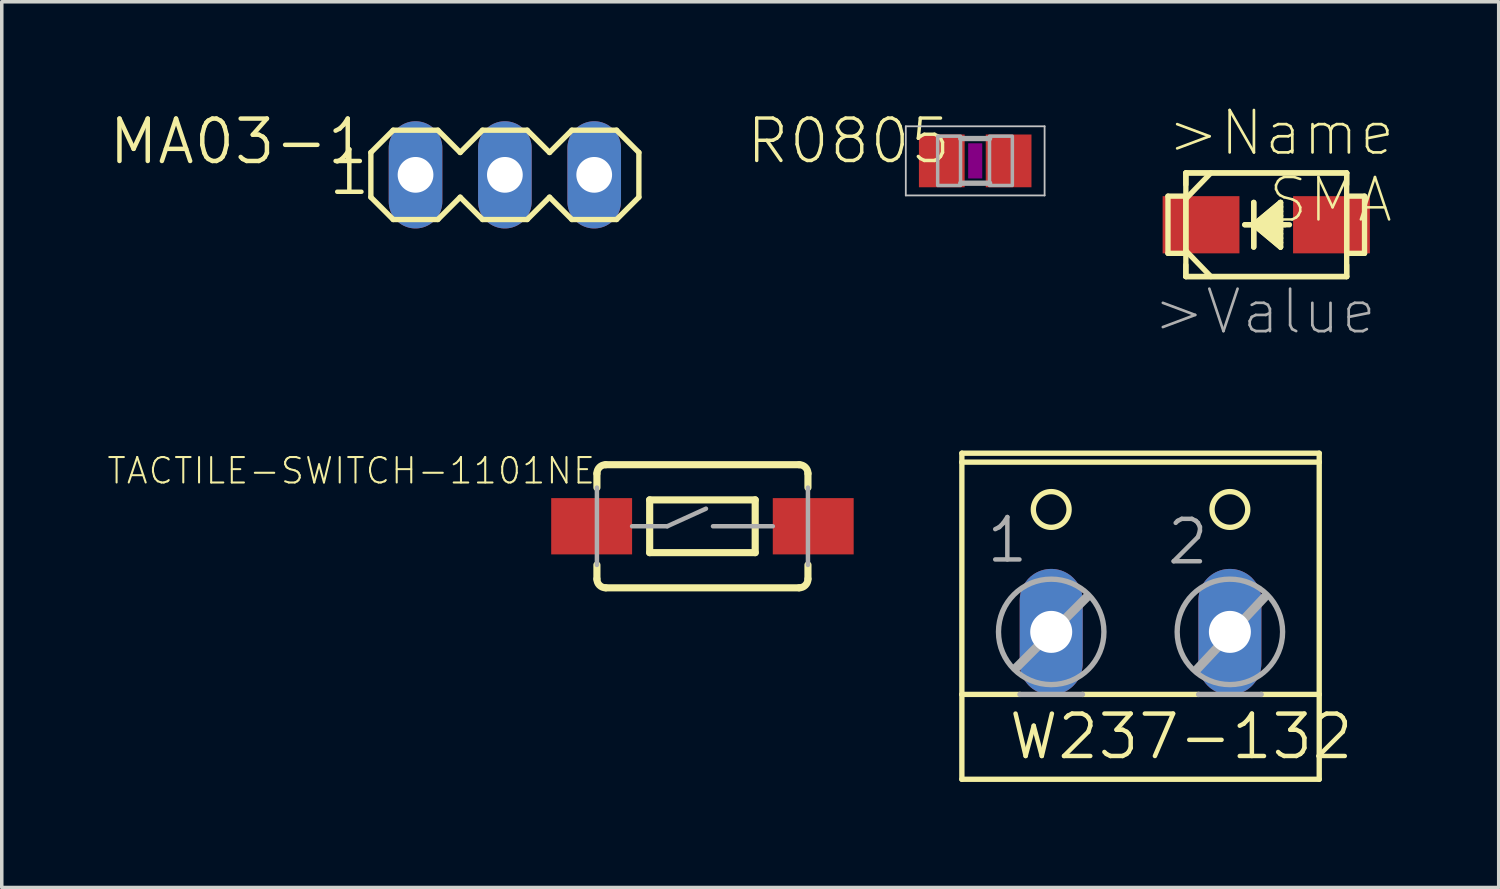
<source format=kicad_pcb>
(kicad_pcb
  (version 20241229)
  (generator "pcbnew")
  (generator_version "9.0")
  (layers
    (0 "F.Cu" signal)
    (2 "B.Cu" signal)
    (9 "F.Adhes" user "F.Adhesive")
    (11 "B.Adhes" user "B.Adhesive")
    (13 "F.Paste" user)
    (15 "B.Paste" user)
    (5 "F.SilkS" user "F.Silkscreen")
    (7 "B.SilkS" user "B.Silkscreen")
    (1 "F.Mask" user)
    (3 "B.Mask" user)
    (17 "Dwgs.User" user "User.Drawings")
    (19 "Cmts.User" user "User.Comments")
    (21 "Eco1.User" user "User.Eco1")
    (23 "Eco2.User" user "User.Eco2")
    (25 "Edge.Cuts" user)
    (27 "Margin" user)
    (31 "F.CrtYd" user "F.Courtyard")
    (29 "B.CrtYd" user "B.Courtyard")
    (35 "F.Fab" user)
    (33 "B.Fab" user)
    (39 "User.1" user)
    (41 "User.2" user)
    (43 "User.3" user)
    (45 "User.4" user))
  (footprint "R0805"
    (layer "F.Cu")
    (at 24.676 1.524)
    (property "Reference" "R0805" (at -0.635 -1.27 0) (layer "F.SilkS") (effects (font (size 1.206 1.206) (thickness 0.097)) (justify right top)))
    (attr through_hole)
    (fp_poly (pts (xy -0.2 0.5) (xy 0.2 0.5) (xy 0.2 -0.5) (xy -0.2 -0.5)) (stroke (width 0) (type solid)) (fill yes) (layer "F.Adhes"))
    (fp_line (start -1.973 -0.983) (end 1.973 -0.983) (stroke (width 0.051) (type solid)) (layer "Dwgs.User"))
    (fp_line (start -1.973 0.983) (end -1.973 -0.983) (stroke (width 0.051) (type solid)) (layer "Dwgs.User"))
    (fp_line (start 1.973 -0.983) (end 1.973 0.983) (stroke (width 0.051) (type solid)) (layer "Dwgs.User"))
    (fp_line (start 1.973 0.983) (end -1.973 0.983) (stroke (width 0.051) (type solid)) (layer "Dwgs.User"))
    (fp_line (start -0.41 -0.635) (end 0.41 -0.635) (stroke (width 0.152) (type solid)) (layer "F.Fab"))
    (fp_line (start -0.41 0.635) (end 0.41 0.635) (stroke (width 0.152) (type solid)) (layer "F.Fab"))
    (fp_poly (pts (xy -1.067 0.699) (xy -0.417 0.699) (xy -0.417 -0.702) (xy -1.067 -0.702)) (stroke (width 0.1) (type solid)) (fill no) (layer "F.Fab"))
    (fp_poly (pts (xy 0.406 0.699) (xy 1.056 0.699) (xy 1.056 -0.702) (xy 0.406 -0.702)) (stroke (width 0.1) (type solid)) (fill no) (layer "F.Fab"))
    (pad "1" smd rect (at -0.95 0) (size 1.3 1.5) (layers "F.Cu" "F.Mask" "F.Paste"))
    (pad "2" smd rect (at 0.95 0) (size 1.3 1.5) (layers "F.Cu" "F.Mask" "F.Paste")))
  (footprint "W237-132"
    (layer "F.Cu")
    (at 29.377 14.28)
    (property "Reference" "W237-132" (at -3.81 4.318 0) (layer "F.SilkS") (effects (font (size 1.206 1.206) (thickness 0.127)) (justify left bottom)))
    (attr through_hole)
    (fp_line (start -5.08 -4.445) (end 5.08 -4.445) (stroke (width 0.152) (type solid)) (layer "F.SilkS"))
    (fp_line (start -5.08 -4.191) (end -5.08 -4.445) (stroke (width 0.152) (type solid)) (layer "F.SilkS"))
    (fp_line (start -5.08 -4.191) (end -5.08 2.413) (stroke (width 0.152) (type solid)) (layer "F.SilkS"))
    (fp_line (start -5.08 -4.191) (end 5.08 -4.191) (stroke (width 0.152) (type solid)) (layer "F.SilkS"))
    (fp_line (start -5.08 2.413) (end -5.08 4.826) (stroke (width 0.152) (type solid)) (layer "F.SilkS"))
    (fp_line (start -5.08 2.413) (end -3.429 2.413) (stroke (width 0.152) (type solid)) (layer "F.SilkS"))
    (fp_line (start -1.651 2.413) (end 1.651 2.413) (stroke (width 0.152) (type solid)) (layer "F.SilkS"))
    (fp_line (start 3.429 2.413) (end 5.08 2.413) (stroke (width 0.152) (type solid)) (layer "F.SilkS"))
    (fp_line (start 5.08 -4.191) (end 5.08 -4.445) (stroke (width 0.152) (type solid)) (layer "F.SilkS"))
    (fp_line (start 5.08 2.413) (end 5.08 -4.191) (stroke (width 0.152) (type solid)) (layer "F.SilkS"))
    (fp_line (start 5.08 4.826) (end -5.08 4.826) (stroke (width 0.152) (type solid)) (layer "F.SilkS"))
    (fp_line (start 5.08 4.826) (end 5.08 2.413) (stroke (width 0.152) (type solid)) (layer "F.SilkS"))
    (fp_circle (center -2.54 -2.845) (end -2.032 -2.845) (stroke (width 0.152) (type solid)) (fill no) (layer "F.SilkS"))
    (fp_circle (center 2.54 -2.845) (end 3.048 -2.845) (stroke (width 0.152) (type solid)) (fill no) (layer "F.SilkS"))
    (fp_line (start -3.531 1.651) (end -1.524 -0.356) (stroke (width 0.254) (type solid)) (layer "F.Fab"))
    (fp_line (start -3.429 2.413) (end -1.651 2.413) (stroke (width 0.152) (type solid)) (layer "F.Fab"))
    (fp_line (start 1.626 1.676) (end 3.531 -0.356) (stroke (width 0.254) (type solid)) (layer "F.Fab"))
    (fp_line (start 1.651 2.413) (end 3.429 2.413) (stroke (width 0.152) (type solid)) (layer "F.Fab"))
    (fp_circle (center -2.54 0.635) (end -1.041 0.635) (stroke (width 0.152) (type solid)) (fill no) (layer "F.Fab"))
    (fp_circle (center 2.54 0.635) (end 4.039 0.635) (stroke (width 0.152) (type solid)) (fill no) (layer "F.Fab"))
    (fp_text user "2" (at 0.686 -1.219 0) (layer "F.Fab") (effects (font (size 1.206 1.206) (thickness 0.127)) (justify left bottom)))
    (fp_text user "1" (at -4.445 -1.27 0) (layer "F.Fab") (effects (font (size 1.206 1.206) (thickness 0.127)) (justify left bottom)))
    (pad "1" thru_hole oval (at -2.54 0.635 90) (size 3.581 1.791) (drill 1.194) (layers "*.Cu" "*.Mask"))
    (pad "2" thru_hole oval (at 2.54 0.635 90) (size 3.581 1.791) (drill 1.194) (layers "*.Cu" "*.Mask")))
  (footprint "TACTILE-SWITCH-1101NE"
    (layer "F.Cu")
    (at 16.921 11.912)
    (property "Reference" "TACTILE-SWITCH-1101NE" (at -3 -2 180) (layer "F.SilkS") (effects (font (size 0.724 0.724) (thickness 0.058)) (justify right top)))
    (attr through_hole)
    (fp_line (start -3 -1.1) (end -3 -1.5) (stroke (width 0.203) (type solid)) (layer "F.SilkS"))
    (fp_line (start -3 1.5) (end -3 1.1) (stroke (width 0.203) (type solid)) (layer "F.SilkS"))
    (fp_line (start -2.75 -1.75) (end 2.75 -1.75) (stroke (width 0.203) (type solid)) (layer "F.SilkS"))
    (fp_line (start -1.5 -0.75) (end 1.5 -0.75) (stroke (width 0.203) (type solid)) (layer "F.SilkS"))
    (fp_line (start -1.5 0.75) (end -1.5 -0.75) (stroke (width 0.203) (type solid)) (layer "F.SilkS"))
    (fp_line (start 1.5 0.75) (end -1.5 0.75) (stroke (width 0.203) (type solid)) (layer "F.SilkS"))
    (fp_line (start 1.5 0.75) (end 1.5 -0.75) (stroke (width 0.203) (type solid)) (layer "F.SilkS"))
    (fp_line (start 2.75 1.75) (end -2.75 1.75) (stroke (width 0.203) (type solid)) (layer "F.SilkS"))
    (fp_line (start 3 -1.1) (end 3 -1.5) (stroke (width 0.203) (type solid)) (layer "F.SilkS"))
    (fp_line (start 3 1.5) (end 3 1.1) (stroke (width 0.203) (type solid)) (layer "F.SilkS"))
    (fp_arc (start -3 -1.5) (mid -2.926777 -1.676777) (end -2.75 -1.75) (stroke (width 0.2032) (type solid)) (layer "F.SilkS"))
    (fp_arc (start -2.75 1.75) (mid -2.926777 1.676777) (end -3 1.5) (stroke (width 0.2032) (type solid)) (layer "F.SilkS"))
    (fp_arc (start 2.75 -1.75) (mid 2.926777 -1.676777) (end 3 -1.5) (stroke (width 0.2032) (type solid)) (layer "F.SilkS"))
    (fp_arc (start 3 1.5) (mid 2.926777 1.676777) (end 2.75 1.75) (stroke (width 0.2032) (type solid)) (layer "F.SilkS"))
    (fp_line (start -3 -1.1) (end -3 1.1) (stroke (width 0.127) (type solid)) (layer "F.Fab"))
    (fp_line (start -2 0) (end -1 0) (stroke (width 0.127) (type solid)) (layer "F.Fab"))
    (fp_line (start -1 0) (end 0.1 -0.5) (stroke (width 0.127) (type solid)) (layer "F.Fab"))
    (fp_line (start 0.3 0) (end 2 0) (stroke (width 0.127) (type solid)) (layer "F.Fab"))
    (fp_line (start 3 -1.1) (end 3 1.1) (stroke (width 0.127) (type solid)) (layer "F.Fab"))
    (pad "1" smd rect (at -3.15 0 180) (size 2.3 1.6) (layers "F.Cu" "F.Mask" "F.Paste"))
    (pad "2" smd rect (at 3.15 0 180) (size 2.3 1.6) (layers "F.Cu" "F.Mask" "F.Paste")))
  (footprint "MA03-1"
    (layer "F.Cu")
    (at 11.304 1.921)
    (property "Reference" "MA03-1" (at -3.81 -1.651 0) (layer "F.SilkS") (effects (font (size 1.206 1.206) (thickness 0.127)) (justify right top)))
    (attr through_hole)
    (fp_line (start -3.81 -0.635) (end -3.81 0.635) (stroke (width 0.152) (type solid)) (layer "F.SilkS"))
    (fp_line (start -3.81 0.635) (end -3.175 1.27) (stroke (width 0.152) (type solid)) (layer "F.SilkS"))
    (fp_line (start -3.175 -1.27) (end -3.81 -0.635) (stroke (width 0.152) (type solid)) (layer "F.SilkS"))
    (fp_line (start -3.175 -1.27) (end -1.905 -1.27) (stroke (width 0.152) (type solid)) (layer "F.SilkS"))
    (fp_line (start -1.905 -1.27) (end -1.27 -0.635) (stroke (width 0.152) (type solid)) (layer "F.SilkS"))
    (fp_line (start -1.905 1.27) (end -3.175 1.27) (stroke (width 0.152) (type solid)) (layer "F.SilkS"))
    (fp_line (start -1.27 -0.635) (end -0.635 -1.27) (stroke (width 0.152) (type solid)) (layer "F.SilkS"))
    (fp_line (start -1.27 0.635) (end -1.905 1.27) (stroke (width 0.152) (type solid)) (layer "F.SilkS"))
    (fp_line (start -0.635 -1.27) (end 0.635 -1.27) (stroke (width 0.152) (type solid)) (layer "F.SilkS"))
    (fp_line (start -0.635 1.27) (end -1.27 0.635) (stroke (width 0.152) (type solid)) (layer "F.SilkS"))
    (fp_line (start 0.635 -1.27) (end 1.27 -0.635) (stroke (width 0.152) (type solid)) (layer "F.SilkS"))
    (fp_line (start 0.635 1.27) (end -0.635 1.27) (stroke (width 0.152) (type solid)) (layer "F.SilkS"))
    (fp_line (start 1.27 -0.635) (end 1.905 -1.27) (stroke (width 0.152) (type solid)) (layer "F.SilkS"))
    (fp_line (start 1.27 0.635) (end 0.635 1.27) (stroke (width 0.152) (type solid)) (layer "F.SilkS"))
    (fp_line (start 1.905 -1.27) (end 3.175 -1.27) (stroke (width 0.152) (type solid)) (layer "F.SilkS"))
    (fp_line (start 1.905 1.27) (end 1.27 0.635) (stroke (width 0.152) (type solid)) (layer "F.SilkS"))
    (fp_line (start 3.175 -1.27) (end 3.81 -0.635) (stroke (width 0.152) (type solid)) (layer "F.SilkS"))
    (fp_line (start 3.175 1.27) (end 1.905 1.27) (stroke (width 0.152) (type solid)) (layer "F.SilkS"))
    (fp_line (start 3.81 -0.635) (end 3.81 0.635) (stroke (width 0.152) (type solid)) (layer "F.SilkS"))
    (fp_line (start 3.81 0.635) (end 3.175 1.27) (stroke (width 0.152) (type solid)) (layer "F.SilkS"))
    (fp_poly (pts (xy -2.794 0.254) (xy -2.286 0.254) (xy -2.286 -0.254) (xy -2.794 -0.254)) (stroke (width 0.1) (type solid)) (fill no) (layer "F.Fab"))
    (fp_poly (pts (xy -0.254 0.254) (xy 0.254 0.254) (xy 0.254 -0.254) (xy -0.254 -0.254)) (stroke (width 0.1) (type solid)) (fill no) (layer "F.Fab"))
    (fp_poly (pts (xy 2.286 0.254) (xy 2.794 0.254) (xy 2.794 -0.254) (xy 2.286 -0.254)) (stroke (width 0.1) (type solid)) (fill no) (layer "F.Fab"))
    (fp_text user "1" (at -5.08 0.635 0) (layer "F.SilkS") (effects (font (size 1.206 1.206) (thickness 0.127)) (justify left bottom)))
    (pad "1" thru_hole oval (at -2.54 0 90) (size 3.048 1.524) (drill 1.016) (layers "*.Cu" "*.Mask"))
    (pad "2" thru_hole oval (at 0 0 90) (size 3.048 1.524) (drill 1.016) (layers "*.Cu" "*.Mask"))
    (pad "3" thru_hole oval (at 2.54 0 90) (size 3.048 1.524) (drill 1.016) (layers "*.Cu" "*.Mask")))
  (footprint "SMA"
    (layer "F.Cu")
    (at 32.951 3.34)
    (property "Reference" "SMA" (at 0 0 0) (layer "F.SilkS") (effects (font (size 1.206 1.206) (thickness 0.072)) (justify left bottom)))
    (attr through_hole)
    (fp_line (start -2.794 -0.813) (end -2.794 0.813) (stroke (width 0.152) (type solid)) (layer "F.SilkS"))
    (fp_line (start -2.794 0.813) (end -2.286 0.813) (stroke (width 0.152) (type solid)) (layer "F.SilkS"))
    (fp_line (start -2.286 -1.473) (end -2.286 -1.143) (stroke (width 0.152) (type solid)) (layer "F.SilkS"))
    (fp_line (start -2.286 -1.473) (end -2.286 1.473) (stroke (width 0.152) (type solid)) (layer "F.SilkS"))
    (fp_line (start -2.286 -0.813) (end -2.794 -0.813) (stroke (width 0.152) (type solid)) (layer "F.SilkS"))
    (fp_line (start -2.286 -0.737) (end -2.286 -0.813) (stroke (width 0.152) (type solid)) (layer "F.SilkS"))
    (fp_line (start -2.286 -0.737) (end -1.575 -1.473) (stroke (width 0.152) (type solid)) (layer "F.SilkS"))
    (fp_line (start -2.286 0.737) (end -2.286 -0.737) (stroke (width 0.152) (type solid)) (layer "F.SilkS"))
    (fp_line (start -2.286 0.737) (end -1.575 1.473) (stroke (width 0.152) (type solid)) (layer "F.SilkS"))
    (fp_line (start -2.286 0.813) (end -2.286 0.737) (stroke (width 0.152) (type solid)) (layer "F.SilkS"))
    (fp_line (start -2.286 1.143) (end -2.286 1.473) (stroke (width 0.152) (type solid)) (layer "F.SilkS"))
    (fp_line (start -2.286 1.473) (end 2.286 1.473) (stroke (width 0.152) (type solid)) (layer "F.SilkS"))
    (fp_line (start -2.286 1.473) (end 2.286 1.473) (stroke (width 0.152) (type solid)) (layer "F.SilkS"))
    (fp_line (start -0.356 -0.635) (end -0.356 0) (stroke (width 0.152) (type solid)) (layer "F.SilkS"))
    (fp_line (start -0.356 -0.635) (end -0.356 0) (stroke (width 0.152) (type solid)) (layer "F.SilkS"))
    (fp_line (start -0.356 0) (end -0.61 0) (stroke (width 0.152) (type solid)) (layer "F.SilkS"))
    (fp_line (start -0.356 0) (end -0.61 0) (stroke (width 0.152) (type solid)) (layer "F.SilkS"))
    (fp_line (start -0.356 0) (end -0.356 0.635) (stroke (width 0.152) (type solid)) (layer "F.SilkS"))
    (fp_line (start -0.356 0) (end -0.356 0.635) (stroke (width 0.152) (type solid)) (layer "F.SilkS"))
    (fp_line (start -0.356 0) (end 0.406 -0.635) (stroke (width 0.152) (type solid)) (layer "F.SilkS"))
    (fp_line (start -0.356 0) (end 0.406 -0.635) (stroke (width 0.152) (type solid)) (layer "F.SilkS"))
    (fp_line (start -0.356 0) (end 0.406 -0.508) (stroke (width 0.152) (type solid)) (layer "F.SilkS"))
    (fp_line (start -0.356 0) (end 0.406 -0.508) (stroke (width 0.152) (type solid)) (layer "F.SilkS"))
    (fp_line (start -0.356 0) (end 0.406 -0.381) (stroke (width 0.152) (type solid)) (layer "F.SilkS"))
    (fp_line (start -0.356 0) (end 0.406 -0.381) (stroke (width 0.152) (type solid)) (layer "F.SilkS"))
    (fp_line (start -0.356 0) (end 0.406 -0.254) (stroke (width 0.152) (type solid)) (layer "F.SilkS"))
    (fp_line (start -0.356 0) (end 0.406 -0.254) (stroke (width 0.152) (type solid)) (layer "F.SilkS"))
    (fp_line (start -0.356 0) (end 0.406 -0.127) (stroke (width 0.152) (type solid)) (layer "F.SilkS"))
    (fp_line (start -0.356 0) (end 0.406 -0.127) (stroke (width 0.152) (type solid)) (layer "F.SilkS"))
    (fp_line (start -0.356 0) (end 0.406 0.127) (stroke (width 0.152) (type solid)) (layer "F.SilkS"))
    (fp_line (start -0.356 0) (end 0.406 0.127) (stroke (width 0.152) (type solid)) (layer "F.SilkS"))
    (fp_line (start -0.356 0) (end 0.406 0.254) (stroke (width 0.152) (type solid)) (layer "F.SilkS"))
    (fp_line (start -0.356 0) (end 0.406 0.254) (stroke (width 0.152) (type solid)) (layer "F.SilkS"))
    (fp_line (start -0.356 0) (end 0.406 0.381) (stroke (width 0.152) (type solid)) (layer "F.SilkS"))
    (fp_line (start -0.356 0) (end 0.406 0.381) (stroke (width 0.152) (type solid)) (layer "F.SilkS"))
    (fp_line (start -0.356 0) (end 0.406 0.508) (stroke (width 0.152) (type solid)) (layer "F.SilkS"))
    (fp_line (start -0.356 0) (end 0.406 0.508) (stroke (width 0.152) (type solid)) (layer "F.SilkS"))
    (fp_line (start -0.356 0) (end 0.406 0.635) (stroke (width 0.152) (type solid)) (layer "F.SilkS"))
    (fp_line (start -0.356 0) (end 0.406 0.635) (stroke (width 0.152) (type solid)) (layer "F.SilkS"))
    (fp_line (start 0.406 -0.635) (end 0.406 0.635) (stroke (width 0.152) (type solid)) (layer "F.SilkS"))
    (fp_line (start 0.406 -0.635) (end 0.406 0.635) (stroke (width 0.152) (type solid)) (layer "F.SilkS"))
    (fp_line (start 0.533 0) (end -0.356 0) (stroke (width 0.152) (type solid)) (layer "F.SilkS"))
    (fp_line (start 0.66 0) (end -0.356 0) (stroke (width 0.152) (type solid)) (layer "F.SilkS"))
    (fp_line (start 2.286 -1.473) (end -2.286 -1.473) (stroke (width 0.152) (type solid)) (layer "F.SilkS"))
    (fp_line (start 2.286 -1.473) (end -2.286 -1.473) (stroke (width 0.152) (type solid)) (layer "F.SilkS"))
    (fp_line (start 2.286 -1.143) (end 2.286 -1.473) (stroke (width 0.152) (type solid)) (layer "F.SilkS"))
    (fp_line (start 2.286 -0.813) (end 2.286 0.813) (stroke (width 0.152) (type solid)) (layer "F.SilkS"))
    (fp_line (start 2.286 0.813) (end 2.794 0.813) (stroke (width 0.152) (type solid)) (layer "F.SilkS"))
    (fp_line (start 2.286 1.473) (end 2.286 -1.473) (stroke (width 0.152) (type solid)) (layer "F.SilkS"))
    (fp_line (start 2.286 1.473) (end 2.286 1.143) (stroke (width 0.152) (type solid)) (layer "F.SilkS"))
    (fp_line (start 2.794 -0.813) (end 2.286 -0.813) (stroke (width 0.152) (type solid)) (layer "F.SilkS"))
    (fp_line (start 2.794 0.813) (end 2.794 -0.813) (stroke (width 0.152) (type solid)) (layer "F.SilkS"))
    (fp_text user ">Name" (at -2.87 -1.905 0) (layer "F.SilkS") (effects (font (size 1.206 1.206) (thickness 0.076)) (justify left bottom)))
    (fp_text user ">Value" (at -3.277 3.175 0) (layer "F.Fab") (effects (font (size 1.206 1.206) (thickness 0.076)) (justify left bottom)))
    (pad "1" smd rect (at -1.854 0) (size 2.184 1.626) (layers "F.Cu" "F.Mask" "F.Paste"))
    (pad "2" smd rect (at 1.854 0) (size 2.184 1.626) (layers "F.Cu" "F.Mask" "F.Paste")))
  (gr_rect
    (start -3 -3)
    (end 39.56 22.182)
    (stroke (width 0.1) (type default))
    (fill no)
    (layer "Edge.Cuts")))
</source>
